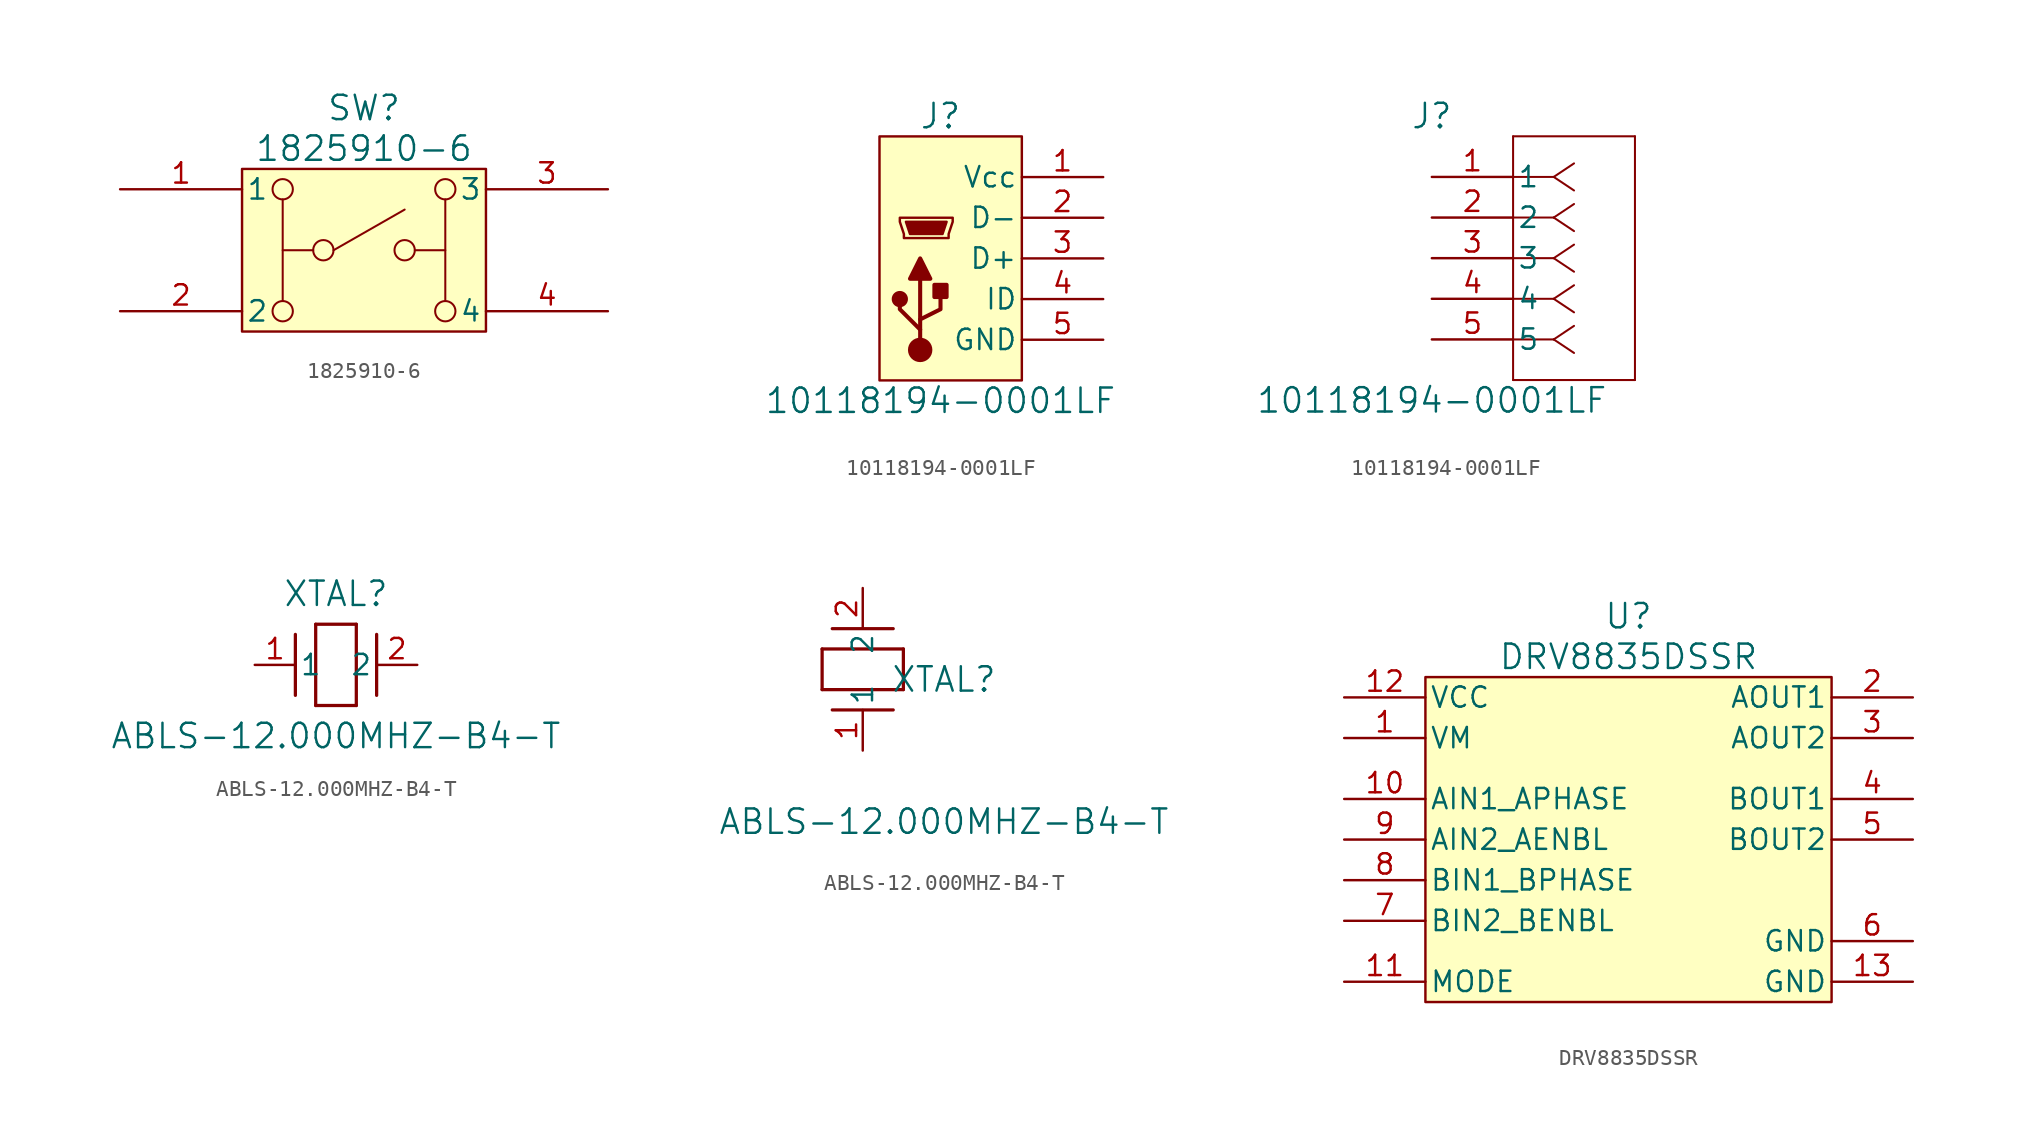
<source format=kicad_sym>
(kicad_symbol_lib
  (version 20220914)
  (generator kicad_symbol_editor)
  (symbol "1825910-6"
    (pin_names
      (offset 0.254))
    (property "Reference" "SW"
      (at 20.32 5.08 0)
      (effects (font (size 1.524 1.524))))
    (property "Value" "1825910-6"
      (at 20.32 2.54 0)
      (effects (font (size 1.524 1.524))))
    (property "ki_locked" ""
      (at 0 0 0)
      (effects (font (size 1.27 1.27))))
    (symbol "1825910-6_0_1"
      (polyline (pts (xy 15.24 -3.81) (xy 17.145 -3.81)) (stroke (width 0.127) (type default)) (fill (type none)))
      (polyline (pts (xy 15.24 -0.635) (xy 15.24 -6.985)) (stroke (width 0.127) (type default)) (fill (type none)))
      (polyline (pts (xy 18.415 -3.81) (xy 22.86 -1.27)) (stroke (width 0.127) (type default)) (fill (type none)))
      (polyline (pts (xy 25.4 -3.81) (xy 23.495 -3.81)) (stroke (width 0.127) (type default)) (fill (type none)))
      (polyline (pts (xy 25.4 -0.635) (xy 25.4 -6.985)) (stroke (width 0.127) (type default)) (fill (type none)))
      (circle (center 15.24 -7.62) (radius 0.635) (stroke (width 0.127) (type default)) (fill (type none)))
      (circle (center 15.24 0) (radius 0.635) (stroke (width 0.127) (type default)) (fill (type none)))
      (circle (center 17.78 -3.81) (radius 0.635) (stroke (width 0.127) (type default)) (fill (type none)))
      (circle (center 22.86 -3.81) (radius 0.635) (stroke (width 0.127) (type default)) (fill (type none)))
      (circle (center 25.4 -7.62) (radius 0.635) (stroke (width 0.127) (type default)) (fill (type none)))
      (circle (center 25.4 0) (radius 0.635) (stroke (width 0.127) (type default)) (fill (type none)))
      (pin unspecified line (at 5.08 0 0) (length 7.62) (name "1" (effects (font (size 1.27 1.27)))) (number "1" (effects (font (size 1.27 1.27)))))
      (pin unspecified line (at 5.08 -7.62 0) (length 7.62) (name "2" (effects (font (size 1.27 1.27)))) (number "2" (effects (font (size 1.27 1.27)))))
      (pin unspecified line (at 35.56 0 180) (length 7.62) (name "3" (effects (font (size 1.27 1.27)))) (number "3" (effects (font (size 1.27 1.27)))))
      (pin unspecified line (at 35.56 -7.62 180) (length 7.62) (name "4" (effects (font (size 1.27 1.27)))) (number "4" (effects (font (size 1.27 1.27))))))
    (symbol "1825910-6_1_1"
      (rectangle (start 12.7 1.27) (end 27.94 -8.89) (stroke (width 0) (type default)) (fill (type background)))))
  (symbol "10118194-0001LF"
    (pin_names
      (offset 0.254))
    (property "Reference" "J"
      (at 0 3.81 0)
      (effects (font (size 1.524 1.524))))
    (property "Value" "10118194-0001LF"
      (at 0 -13.97 0)
      (effects (font (size 1.524 1.524))))
    (property "ki_locked" ""
      (at 0 0 0)
      (effects (font (size 1.27 1.27))))
    (symbol "10118194-0001LF_0_1"
      (circle (center -2.54 -7.62) (radius 0.381) (stroke (width 0.254) (type default)) (fill (type outline)))
      (circle (center -1.27 -10.795) (radius 0.635) (stroke (width 0.254) (type default)) (fill (type outline)))
      (rectangle (start -0.381 -6.731) (end 0.381 -7.493) (stroke (width 0.254) (type default)) (fill (type outline)))
      (polyline (pts (xy -1.27 -8.89) (xy -1.27 -6.35)) (stroke (width 0.254) (type default)) (fill (type none)))
      (polyline (pts (xy -1.905 -6.35) (xy -0.635 -6.35) (xy -1.27 -5.08) (xy -1.905 -6.35)) (stroke (width 0.254) (type default)) (fill (type outline)))
      (polyline (pts (xy -1.27 -10.16) (xy -1.27 -9.525) (xy -2.54 -8.255) (xy -2.54 -7.62)) (stroke (width 0.254) (type default)) (fill (type none)))
      (polyline (pts (xy -1.27 -9.525) (xy -1.27 -8.89) (xy 0 -8.255) (xy 0 -6.985)) (stroke (width 0.254) (type default)) (fill (type none)))
      (polyline (pts (xy -2.159 -2.794) (xy 0.381 -2.794) (xy 0.127 -3.556) (xy -1.905 -3.556) (xy -2.159 -2.794)) (stroke (width 0) (type default)) (fill (type outline)))
      (polyline (pts (xy -2.54 -2.54) (xy -2.54 -2.794) (xy -2.286 -3.556) (xy -2.286 -3.81) (xy 0.508 -3.81) (xy 0.508 -3.556) (xy 0.762 -2.794) (xy 0.762 -2.54) (xy -2.54 -2.54)) (stroke (width 0) (type default)) (fill (type none))))
    (symbol "10118194-0001LF_1_1"
      (rectangle (start -3.81 2.54) (end 5.08 -12.7) (stroke (width 0) (type default)) (fill (type background)))
      (pin unspecified line (at 10.16 0 180) (length 5.08) (name "Vcc" (effects (font (size 1.27 1.27)))) (number "1" (effects (font (size 1.27 1.27)))))
      (pin unspecified line (at 10.16 -2.54 180) (length 5.08) (name "D-" (effects (font (size 1.27 1.27)))) (number "2" (effects (font (size 1.27 1.27)))))
      (pin unspecified line (at 10.16 -5.08 180) (length 5.08) (name "D+" (effects (font (size 1.27 1.27)))) (number "3" (effects (font (size 1.27 1.27)))))
      (pin unspecified line (at 10.16 -7.62 180) (length 5.08) (name "ID" (effects (font (size 1.27 1.27)))) (number "4" (effects (font (size 1.27 1.27)))))
      (pin unspecified line (at 10.16 -10.16 180) (length 5.08) (name "GND" (effects (font (size 1.27 1.27)))) (number "5" (effects (font (size 1.27 1.27))))))
    (symbol "10118194-0001LF_1_2"
      (polyline (pts (xy 5.08 -12.7) (xy 12.7 -12.7)) (stroke (width 0.127) (type default)) (fill (type none)))
      (polyline (pts (xy 5.08 2.54) (xy 5.08 -12.7)) (stroke (width 0.127) (type default)) (fill (type none)))
      (polyline (pts (xy 7.62 -10.16) (xy 5.08 -10.16)) (stroke (width 0.127) (type default)) (fill (type none)))
      (polyline (pts (xy 7.62 -10.16) (xy 8.89 -11.007)) (stroke (width 0.127) (type default)) (fill (type none)))
      (polyline (pts (xy 7.62 -10.16) (xy 8.89 -9.313)) (stroke (width 0.127) (type default)) (fill (type none)))
      (polyline (pts (xy 7.62 -7.62) (xy 5.08 -7.62)) (stroke (width 0.127) (type default)) (fill (type none)))
      (polyline (pts (xy 7.62 -7.62) (xy 8.89 -8.467)) (stroke (width 0.127) (type default)) (fill (type none)))
      (polyline (pts (xy 7.62 -7.62) (xy 8.89 -6.773)) (stroke (width 0.127) (type default)) (fill (type none)))
      (polyline (pts (xy 7.62 -5.08) (xy 5.08 -5.08)) (stroke (width 0.127) (type default)) (fill (type none)))
      (polyline (pts (xy 7.62 -5.08) (xy 8.89 -5.927)) (stroke (width 0.127) (type default)) (fill (type none)))
      (polyline (pts (xy 7.62 -5.08) (xy 8.89 -4.233)) (stroke (width 0.127) (type default)) (fill (type none)))
      (polyline (pts (xy 7.62 -2.54) (xy 5.08 -2.54)) (stroke (width 0.127) (type default)) (fill (type none)))
      (polyline (pts (xy 7.62 -2.54) (xy 8.89 -3.387)) (stroke (width 0.127) (type default)) (fill (type none)))
      (polyline (pts (xy 7.62 -2.54) (xy 8.89 -1.693)) (stroke (width 0.127) (type default)) (fill (type none)))
      (polyline (pts (xy 7.62 0) (xy 5.08 0)) (stroke (width 0.127) (type default)) (fill (type none)))
      (polyline (pts (xy 7.62 0) (xy 8.89 -0.847)) (stroke (width 0.127) (type default)) (fill (type none)))
      (polyline (pts (xy 7.62 0) (xy 8.89 0.847)) (stroke (width 0.127) (type default)) (fill (type none)))
      (polyline (pts (xy 12.7 -12.7) (xy 12.7 2.54)) (stroke (width 0.127) (type default)) (fill (type none)))
      (polyline (pts (xy 12.7 2.54) (xy 5.08 2.54)) (stroke (width 0.127) (type default)) (fill (type none)))
      (pin unspecified line (at 0 0 0) (length 5.08) (name "1" (effects (font (size 1.27 1.27)))) (number "1" (effects (font (size 1.27 1.27)))))
      (pin unspecified line (at 0 -2.54 0) (length 5.08) (name "2" (effects (font (size 1.27 1.27)))) (number "2" (effects (font (size 1.27 1.27)))))
      (pin unspecified line (at 0 -5.08 0) (length 5.08) (name "3" (effects (font (size 1.27 1.27)))) (number "3" (effects (font (size 1.27 1.27)))))
      (pin unspecified line (at 0 -7.62 0) (length 5.08) (name "4" (effects (font (size 1.27 1.27)))) (number "4" (effects (font (size 1.27 1.27)))))
      (pin unspecified line (at 0 -10.16 0) (length 5.08) (name "5" (effects (font (size 1.27 1.27)))) (number "5" (effects (font (size 1.27 1.27)))))))
  (symbol "ABLS-12.000MHZ-B4-T"
    (pin_names
      (offset 0.254))
    (property "Reference" "XTAL"
      (at 5.08 4.445 0)
      (effects (font (size 1.524 1.524))))
    (property "Value" "ABLS-12.000MHZ-B4-T"
      (at 5.08 -4.445 0)
      (effects (font (size 1.524 1.524))))
    (property "ki_locked" ""
      (at 0 0 0)
      (effects (font (size 1.27 1.27))))
    (symbol "ABLS-12.000MHZ-B4-T_1_1"
      (polyline (pts (xy 2.54 -1.905) (xy 2.54 1.905)) (stroke (width 0.203) (type default)) (fill (type none)))
      (polyline (pts (xy 3.81 -2.54) (xy 3.81 2.54)) (stroke (width 0.203) (type default)) (fill (type none)))
      (polyline (pts (xy 3.81 2.54) (xy 6.35 2.54)) (stroke (width 0.203) (type default)) (fill (type none)))
      (polyline (pts (xy 6.35 -2.54) (xy 3.81 -2.54)) (stroke (width 0.203) (type default)) (fill (type none)))
      (polyline (pts (xy 6.35 2.54) (xy 6.35 -2.54)) (stroke (width 0.203) (type default)) (fill (type none)))
      (polyline (pts (xy 7.62 -1.905) (xy 7.62 1.905)) (stroke (width 0.203) (type default)) (fill (type none)))
      (pin unspecified line (at 0 0 0) (length 2.54) (name "1" (effects (font (size 1.27 1.27)))) (number "1" (effects (font (size 1.27 1.27)))))
      (pin unspecified line (at 10.16 0 180) (length 2.54) (name "2" (effects (font (size 1.27 1.27)))) (number "2" (effects (font (size 1.27 1.27))))))
    (symbol "ABLS-12.000MHZ-B4-T_1_2"
      (polyline (pts (xy -2.54 3.81) (xy -2.54 6.35)) (stroke (width 0.203) (type default)) (fill (type none)))
      (polyline (pts (xy -2.54 6.35) (xy 2.54 6.35)) (stroke (width 0.203) (type default)) (fill (type none)))
      (polyline (pts (xy 1.905 2.54) (xy -1.905 2.54)) (stroke (width 0.203) (type default)) (fill (type none)))
      (polyline (pts (xy 1.905 7.62) (xy -1.905 7.62)) (stroke (width 0.203) (type default)) (fill (type none)))
      (polyline (pts (xy 2.54 3.81) (xy -2.54 3.81)) (stroke (width 0.203) (type default)) (fill (type none)))
      (polyline (pts (xy 2.54 6.35) (xy 2.54 3.81)) (stroke (width 0.203) (type default)) (fill (type none)))
      (pin unspecified line (at 0 0 90) (length 2.54) (name "1" (effects (font (size 1.27 1.27)))) (number "1" (effects (font (size 1.27 1.27)))))
      (pin unspecified line (at 0 10.16 270) (length 2.54) (name "2" (effects (font (size 1.27 1.27)))) (number "2" (effects (font (size 1.27 1.27)))))))
  (symbol "DRV8835DSSR"
    (pin_names
      (offset 0.254))
    (property "Reference" "U"
      (at 0 13.97 0)
      (effects (font (size 1.524 1.524))))
    (property "Value" "DRV8835DSSR"
      (at 0 11.43 0)
      (effects (font (size 1.524 1.524))))
    (property "ki_locked" ""
      (at 0 0 0)
      (effects (font (size 1.27 1.27))))
    (symbol "DRV8835DSSR_0_1"
      (pin power_in line (at -17.78 6.35 0) (length 5.08) (name "VM" (effects (font (size 1.27 1.27)))) (number "1" (effects (font (size 1.27 1.27)))))
      (pin input line (at -17.78 2.54 0) (length 5.08) (name "AIN1_APHASE" (effects (font (size 1.27 1.27)))) (number "10" (effects (font (size 1.27 1.27)))))
      (pin input line (at -17.78 -8.89 0) (length 5.08) (name "MODE" (effects (font (size 1.27 1.27)))) (number "11" (effects (font (size 1.27 1.27)))))
      (pin power_in line (at -17.78 8.89 0) (length 5.08) (name "VCC" (effects (font (size 1.27 1.27)))) (number "12" (effects (font (size 1.27 1.27)))))
      (pin power_in line (at 17.78 -8.89 180) (length 5.08) (name "GND" (effects (font (size 1.27 1.27)))) (number "13" (effects (font (size 1.27 1.27)))))
      (pin output line (at 17.78 8.89 180) (length 5.08) (name "AOUT1" (effects (font (size 1.27 1.27)))) (number "2" (effects (font (size 1.27 1.27)))))
      (pin output line (at 17.78 6.35 180) (length 5.08) (name "AOUT2" (effects (font (size 1.27 1.27)))) (number "3" (effects (font (size 1.27 1.27)))))
      (pin output line (at 17.78 2.54 180) (length 5.08) (name "BOUT1" (effects (font (size 1.27 1.27)))) (number "4" (effects (font (size 1.27 1.27)))))
      (pin output line (at 17.78 0 180) (length 5.08) (name "BOUT2" (effects (font (size 1.27 1.27)))) (number "5" (effects (font (size 1.27 1.27)))))
      (pin power_in line (at 17.78 -6.35 180) (length 5.08) (name "GND" (effects (font (size 1.27 1.27)))) (number "6" (effects (font (size 1.27 1.27)))))
      (pin input line (at -17.78 -5.08 0) (length 5.08) (name "BIN2_BENBL" (effects (font (size 1.27 1.27)))) (number "7" (effects (font (size 1.27 1.27)))))
      (pin input line (at -17.78 -2.54 0) (length 5.08) (name "BIN1_BPHASE" (effects (font (size 1.27 1.27)))) (number "8" (effects (font (size 1.27 1.27)))))
      (pin input line (at -17.78 0 0) (length 5.08) (name "AIN2_AENBL" (effects (font (size 1.27 1.27)))) (number "9" (effects (font (size 1.27 1.27))))))
    (symbol "DRV8835DSSR_1_1"
      (rectangle (start -12.7 10.16) (end 12.7 -10.16) (stroke (width 0) (type default)) (fill (type background))))))
</source>
